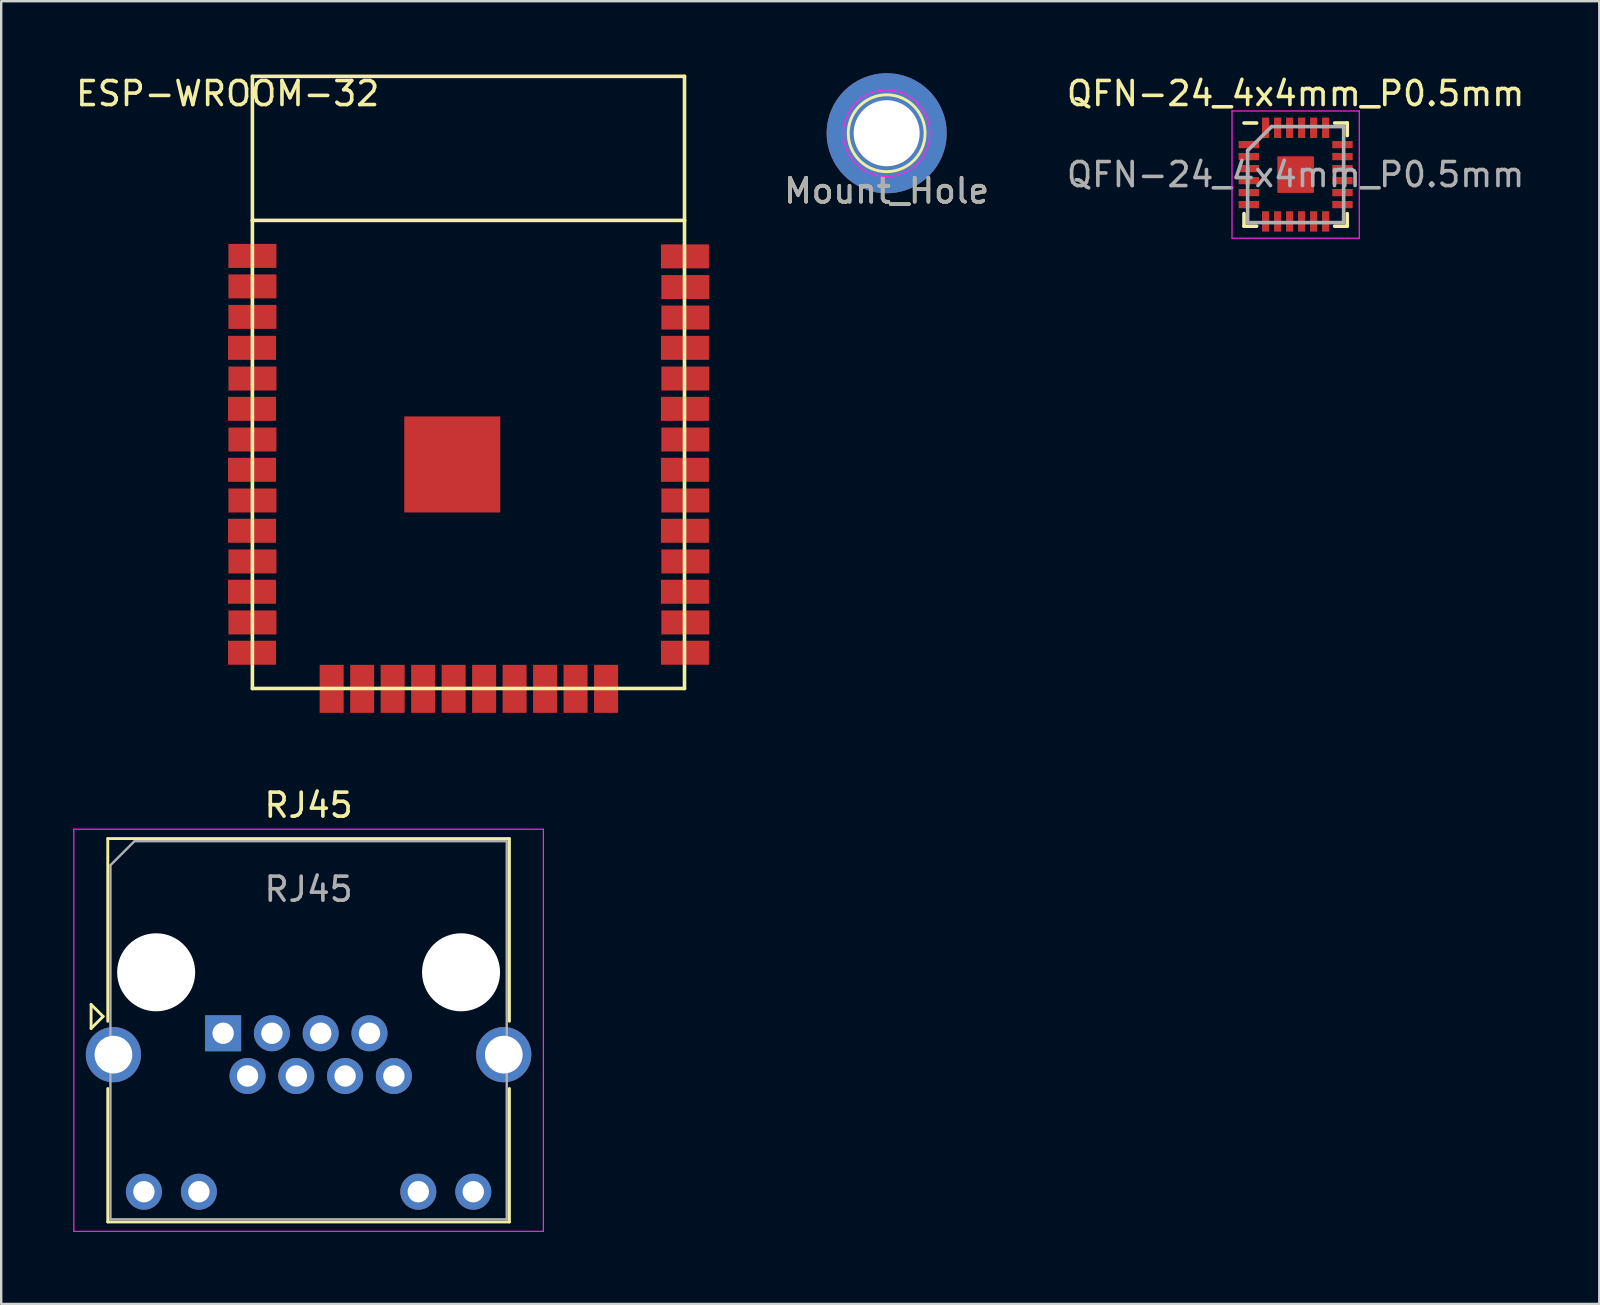
<source format=kicad_pcb>
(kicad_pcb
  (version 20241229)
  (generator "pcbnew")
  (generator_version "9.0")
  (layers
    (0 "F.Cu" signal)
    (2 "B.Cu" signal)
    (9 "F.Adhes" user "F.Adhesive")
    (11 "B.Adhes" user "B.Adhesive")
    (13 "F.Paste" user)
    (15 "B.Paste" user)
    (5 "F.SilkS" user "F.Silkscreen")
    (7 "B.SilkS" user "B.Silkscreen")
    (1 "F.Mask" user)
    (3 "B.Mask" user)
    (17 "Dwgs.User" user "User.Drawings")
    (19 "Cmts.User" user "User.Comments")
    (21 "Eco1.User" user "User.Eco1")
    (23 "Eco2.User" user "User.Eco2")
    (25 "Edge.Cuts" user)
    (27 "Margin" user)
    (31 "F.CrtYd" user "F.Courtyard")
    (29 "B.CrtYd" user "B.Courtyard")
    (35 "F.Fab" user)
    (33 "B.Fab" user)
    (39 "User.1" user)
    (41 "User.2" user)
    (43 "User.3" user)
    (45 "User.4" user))
  (footprint "Mount_Hole"
    (layer "F.Cu")
    (at 33.885 2.5)
    (property "Reference" "Mount_Hole" (at 0 2.4 0) (layer "F.SilkS") (effects (font (size 1 1) (thickness 0.15))))
    (attr through_hole)
    (fp_circle (center 0 0) (end 1.6 0.05) (stroke (width 0.12) (type solid)) (fill no) (layer "F.SilkS"))
    (fp_circle (center 0 0) (end 1.8 0) (stroke (width 0.05) (type solid)) (fill no) (layer "F.CrtYd"))
    (fp_circle (center 0 0) (end 0.65 -0.05) (stroke (width 0.12) (type solid)) (fill no) (layer "F.Fab"))
    (fp_circle (center 0 0) (end 1.25 -0.05) (stroke (width 0.12) (type solid)) (fill no) (layer "F.Fab"))
    (fp_text user "${REFERENCE}" (at 0 2.4 0) (layer "F.Fab") (effects (font (size 1 1) (thickness 0.15))))
    (pad "1" thru_hole circle (at 0 0) (size 5 5) (drill 2.75) (layers "*.Cu" "*.Mask")))
  (footprint "ESP-WROOM-32"
    (layer "F.Cu")
    (at 7.464 8.88)
    (property "Reference" "ESP-WROOM-32" (at -1.03 -8.031 0) (layer "F.SilkS") (effects (font (size 1 1) (thickness 0.15))))
    (attr through_hole)
    (fp_line (start 0 -8.75) (end 0 -2.75) (stroke (width 0.15) (type solid)) (layer "F.SilkS"))
    (fp_line (start 0 -2.75) (end 18 -2.75) (stroke (width 0.15) (type solid)) (layer "F.SilkS"))
    (fp_line (start 0 16.75) (end 0 -2.75) (stroke (width 0.15) (type solid)) (layer "F.SilkS"))
    (fp_line (start 18 -8.75) (end 0 -8.75) (stroke (width 0.15) (type solid)) (layer "F.SilkS"))
    (fp_line (start 18 -2.75) (end 18 -8.75) (stroke (width 0.15) (type solid)) (layer "F.SilkS"))
    (fp_line (start 18 -2.75) (end 18 16.75) (stroke (width 0.15) (type solid)) (layer "F.SilkS"))
    (fp_line (start 18 16.75) (end 0 16.75) (stroke (width 0.15) (type solid)) (layer "F.SilkS"))
    (pad "1" smd rect (at 0 -1.27) (size 2 1) (layers "F.Cu" "F.Mask" "F.Paste"))
    (pad "1" smd rect (at 3.302 16.764) (size 1 2) (layers "F.Cu" "F.Mask" "F.Paste"))
    (pad "1" smd rect (at 8.326 7.417) (size 4 4) (layers "F.Cu" "F.Mask" "F.Paste"))
    (pad "1" smd rect (at 18.018 -1.25) (size 2 1) (layers "F.Cu" "F.Mask" "F.Paste"))
    (pad "2" smd rect (at 0 0) (size 2 1) (layers "F.Cu" "F.Mask" "F.Paste"))
    (pad "3" smd rect (at 0 1.27) (size 2 1) (layers "F.Cu" "F.Mask" "F.Paste"))
    (pad "4" smd rect (at -0.016 2.56) (size 2 1) (layers "F.Cu" "F.Mask" "F.Paste"))
    (pad "5" smd rect (at 0 3.838) (size 2 1) (layers "F.Cu" "F.Mask" "F.Paste"))
    (pad "6" smd rect (at -0.016 5.1) (size 2 1) (layers "F.Cu" "F.Mask" "F.Paste"))
    (pad "7" smd rect (at 0 6.378) (size 2 1) (layers "F.Cu" "F.Mask" "F.Paste"))
    (pad "8" smd rect (at -0.016 7.64) (size 2 1) (layers "F.Cu" "F.Mask" "F.Paste"))
    (pad "9" smd rect (at 0 8.918) (size 2 1) (layers "F.Cu" "F.Mask" "F.Paste"))
    (pad "10" smd rect (at -0.016 10.18) (size 2 1) (layers "F.Cu" "F.Mask" "F.Paste"))
    (pad "11" smd rect (at 0 11.458) (size 2 1) (layers "F.Cu" "F.Mask" "F.Paste"))
    (pad "12" smd rect (at -0.016 12.72) (size 2 1) (layers "F.Cu" "F.Mask" "F.Paste"))
    (pad "13" smd rect (at 0 13.998) (size 2 1) (layers "F.Cu" "F.Mask" "F.Paste"))
    (pad "14" smd rect (at -0.016 15.26) (size 2 1) (layers "F.Cu" "F.Mask" "F.Paste"))
    (pad "16" smd rect (at 4.572 16.764) (size 1 2) (layers "F.Cu" "F.Mask" "F.Paste"))
    (pad "17" smd rect (at 5.842 16.764) (size 1 2) (layers "F.Cu" "F.Mask" "F.Paste"))
    (pad "18" smd rect (at 7.112 16.764) (size 1 2) (layers "F.Cu" "F.Mask" "F.Paste"))
    (pad "19" smd rect (at 8.382 16.764) (size 1 2) (layers "F.Cu" "F.Mask" "F.Paste"))
    (pad "20" smd rect (at 9.652 16.764) (size 1 2) (layers "F.Cu" "F.Mask" "F.Paste"))
    (pad "21" smd rect (at 10.922 16.764) (size 1 2) (layers "F.Cu" "F.Mask" "F.Paste"))
    (pad "22" smd rect (at 12.192 16.764) (size 1 2) (layers "F.Cu" "F.Mask" "F.Paste"))
    (pad "23" smd rect (at 13.462 16.764) (size 1 2) (layers "F.Cu" "F.Mask" "F.Paste"))
    (pad "24" smd rect (at 14.732 16.764) (size 1 2) (layers "F.Cu" "F.Mask" "F.Paste"))
    (pad "25" smd rect (at 18.018 15.26) (size 2 1) (layers "F.Cu" "F.Mask" "F.Paste"))
    (pad "26" smd rect (at 18.034 13.998) (size 2 1) (layers "F.Cu" "F.Mask" "F.Paste"))
    (pad "27" smd rect (at 18.018 12.72) (size 2 1) (layers "F.Cu" "F.Mask" "F.Paste"))
    (pad "28" smd rect (at 18.034 11.458) (size 2 1) (layers "F.Cu" "F.Mask" "F.Paste"))
    (pad "29" smd rect (at 18.018 10.18) (size 2 1) (layers "F.Cu" "F.Mask" "F.Paste"))
    (pad "30" smd rect (at 18.034 8.918) (size 2 1) (layers "F.Cu" "F.Mask" "F.Paste"))
    (pad "31" smd rect (at 18.018 7.64) (size 2 1) (layers "F.Cu" "F.Mask" "F.Paste"))
    (pad "32" smd rect (at 18.034 6.378) (size 2 1) (layers "F.Cu" "F.Mask" "F.Paste"))
    (pad "33" smd rect (at 18.018 5.1) (size 2 1) (layers "F.Cu" "F.Mask" "F.Paste"))
    (pad "34" smd rect (at 18.034 3.838) (size 2 1) (layers "F.Cu" "F.Mask" "F.Paste"))
    (pad "35" smd rect (at 18.018 2.56) (size 2 1) (layers "F.Cu" "F.Mask" "F.Paste"))
    (pad "36" smd rect (at 18.034 1.298) (size 2 1) (layers "F.Cu" "F.Mask" "F.Paste"))
    (pad "37" smd rect (at 18.034 0.028) (size 2 1) (layers "F.Cu" "F.Mask" "F.Paste")))
  (footprint "RJ45"
    (layer "F.Cu")
    (at 6.245 39.992)
    (property "Reference" "RJ45" (at 3.56 -9.5 0) (layer "F.SilkS") (effects (font (size 1 1) (thickness 0.15))))
    (attr through_hole)
    (fp_line (start -5.5 -1.2) (end -5 -0.7) (stroke (width 0.12) (type solid)) (layer "F.SilkS"))
    (fp_line (start -5.5 -0.2) (end -5.5 -1.2) (stroke (width 0.12) (type solid)) (layer "F.SilkS"))
    (fp_line (start -5 -0.7) (end -5.5 -0.2) (stroke (width 0.12) (type solid)) (layer "F.SilkS"))
    (fp_line (start -4.805 -8.11) (end -4.805 -0.5) (stroke (width 0.12) (type solid)) (layer "F.SilkS"))
    (fp_line (start -4.805 -8.11) (end 11.925 -8.11) (stroke (width 0.12) (type solid)) (layer "F.SilkS"))
    (fp_line (start -4.805 7.86) (end -4.805 2.3) (stroke (width 0.12) (type solid)) (layer "F.SilkS"))
    (fp_line (start -4.805 7.86) (end 11.925 7.86) (stroke (width 0.12) (type solid)) (layer "F.SilkS"))
    (fp_line (start 11.925 -8.11) (end 11.925 -0.5) (stroke (width 0.12) (type solid)) (layer "F.SilkS"))
    (fp_line (start 11.925 7.86) (end 11.925 2.3) (stroke (width 0.12) (type solid)) (layer "F.SilkS"))
    (fp_line (start -6.22 -8.5) (end -6.22 8.25) (stroke (width 0.05) (type solid)) (layer "F.CrtYd"))
    (fp_line (start -6.22 -8.5) (end 13.34 -8.5) (stroke (width 0.05) (type solid)) (layer "F.CrtYd"))
    (fp_line (start -6.22 8.25) (end 13.34 8.25) (stroke (width 0.05) (type solid)) (layer "F.CrtYd"))
    (fp_line (start 13.34 -8.5) (end 13.34 8.25) (stroke (width 0.05) (type solid)) (layer "F.CrtYd"))
    (fp_line (start -4.695 -7) (end -4.695 7.75) (stroke (width 0.1) (type solid)) (layer "F.Fab"))
    (fp_line (start -4.695 -7) (end -3.695 -8) (stroke (width 0.1) (type solid)) (layer "F.Fab"))
    (fp_line (start -4.695 7.75) (end 11.815 7.75) (stroke (width 0.1) (type solid)) (layer "F.Fab"))
    (fp_line (start -3.695 -8) (end 11.815 -8) (stroke (width 0.1) (type solid)) (layer "F.Fab"))
    (fp_line (start 11.815 -8) (end 11.815 7.75) (stroke (width 0.1) (type solid)) (layer "F.Fab"))
    (fp_text user "${REFERENCE}" (at 3.56 -6 0) (layer "F.Fab") (effects (font (size 1 1) (thickness 0.15))))
    (pad "" np_thru_hole circle (at -2.79 -2.54) (size 3.25 3.25) (drill 3.25) (layers "*.Cu" "*.Mask"))
    (pad "" np_thru_hole circle (at 9.91 -2.54) (size 3.25 3.25) (drill 3.25) (layers "*.Cu" "*.Mask"))
    (pad "1" thru_hole rect (at 0 0) (size 1.5 1.5) (drill 0.89) (layers "*.Cu" "*.Mask"))
    (pad "2" thru_hole circle (at 1.016 1.78) (size 1.5 1.5) (drill 0.89) (layers "*.Cu" "*.Mask"))
    (pad "3" thru_hole circle (at 2.032 0) (size 1.5 1.5) (drill 0.89) (layers "*.Cu" "*.Mask"))
    (pad "4" thru_hole circle (at 3.048 1.78) (size 1.5 1.5) (drill 0.89) (layers "*.Cu" "*.Mask"))
    (pad "5" thru_hole circle (at 4.064 0) (size 1.5 1.5) (drill 0.89) (layers "*.Cu" "*.Mask"))
    (pad "6" thru_hole circle (at 5.08 1.78) (size 1.5 1.5) (drill 0.89) (layers "*.Cu" "*.Mask"))
    (pad "7" thru_hole circle (at 6.096 0) (size 1.5 1.5) (drill 0.89) (layers "*.Cu" "*.Mask"))
    (pad "8" thru_hole circle (at 7.112 1.78) (size 1.5 1.5) (drill 0.89) (layers "*.Cu" "*.Mask"))
    (pad "9" thru_hole circle (at -3.3 6.6) (size 1.5 1.5) (drill 0.89) (layers "*.Cu" "*.Mask"))
    (pad "10" thru_hole circle (at -1.01 6.6) (size 1.5 1.5) (drill 0.89) (layers "*.Cu" "*.Mask"))
    (pad "11" thru_hole circle (at 8.13 6.6) (size 1.5 1.5) (drill 0.89) (layers "*.Cu" "*.Mask"))
    (pad "12" thru_hole circle (at 10.42 6.6) (size 1.5 1.5) (drill 0.89) (layers "*.Cu" "*.Mask"))
    (pad "SH" thru_hole circle (at -4.57 0.89) (size 2.3 2.3) (drill 1.57) (layers "*.Cu" "*.Mask"))
    (pad "SH" thru_hole circle (at 11.69 0.89) (size 2.3 2.3) (drill 1.57) (layers "*.Cu" "*.Mask")))
  (footprint "QFN-24_4x4mm_P0.5mm"
    (layer "F.Cu")
    (at 50.921 4.223)
    (property "Reference" "QFN-24_4x4mm_P0.5mm" (at 0 -3.375 0) (layer "F.SilkS") (effects (font (size 1 1) (thickness 0.15))))
    (attr smd)
    (fp_line (start -2.15 -2.15) (end -1.625 -2.15) (stroke (width 0.15) (type solid)) (layer "F.SilkS"))
    (fp_line (start -2.15 2.15) (end -2.15 1.625) (stroke (width 0.15) (type solid)) (layer "F.SilkS"))
    (fp_line (start -2.15 2.15) (end -1.625 2.15) (stroke (width 0.15) (type solid)) (layer "F.SilkS"))
    (fp_line (start 2.15 -2.15) (end 1.625 -2.15) (stroke (width 0.15) (type solid)) (layer "F.SilkS"))
    (fp_line (start 2.15 -2.15) (end 2.15 -1.625) (stroke (width 0.15) (type solid)) (layer "F.SilkS"))
    (fp_line (start 2.15 2.15) (end 1.625 2.15) (stroke (width 0.15) (type solid)) (layer "F.SilkS"))
    (fp_line (start 2.15 2.15) (end 2.15 1.625) (stroke (width 0.15) (type solid)) (layer "F.SilkS"))
    (fp_line (start -2.65 -2.65) (end -2.65 2.65) (stroke (width 0.05) (type solid)) (layer "F.CrtYd"))
    (fp_line (start -2.65 -2.65) (end 2.65 -2.65) (stroke (width 0.05) (type solid)) (layer "F.CrtYd"))
    (fp_line (start -2.65 2.65) (end 2.65 2.65) (stroke (width 0.05) (type solid)) (layer "F.CrtYd"))
    (fp_line (start 2.65 -2.65) (end 2.65 2.65) (stroke (width 0.05) (type solid)) (layer "F.CrtYd"))
    (fp_line (start -2 -1) (end -1 -2) (stroke (width 0.15) (type solid)) (layer "F.Fab"))
    (fp_line (start -2 2) (end -2 -1) (stroke (width 0.15) (type solid)) (layer "F.Fab"))
    (fp_line (start -1 -2) (end 2 -2) (stroke (width 0.15) (type solid)) (layer "F.Fab"))
    (fp_line (start 2 -2) (end 2 2) (stroke (width 0.15) (type solid)) (layer "F.Fab"))
    (fp_line (start 2 2) (end -2 2) (stroke (width 0.15) (type solid)) (layer "F.Fab"))
    (fp_text user "${REFERENCE}" (at 0 0 0) (layer "F.Fab") (effects (font (size 1 1) (thickness 0.15))))
    (pad "1" smd rect (at -1.95 -1.25) (size 0.85 0.3) (layers "F.Cu" "F.Mask" "F.Paste"))
    (pad "2" smd rect (at -1.95 -0.75) (size 0.85 0.3) (layers "F.Cu" "F.Mask" "F.Paste"))
    (pad "3" smd rect (at -1.95 -0.25) (size 0.85 0.3) (layers "F.Cu" "F.Mask" "F.Paste"))
    (pad "4" smd rect (at -1.95 0.25) (size 0.85 0.3) (layers "F.Cu" "F.Mask" "F.Paste"))
    (pad "5" smd rect (at -1.95 0.75) (size 0.85 0.3) (layers "F.Cu" "F.Mask" "F.Paste"))
    (pad "6" smd rect (at -1.95 1.25) (size 0.85 0.3) (layers "F.Cu" "F.Mask" "F.Paste"))
    (pad "7" smd rect (at -1.25 1.95 90) (size 0.85 0.3) (layers "F.Cu" "F.Mask" "F.Paste"))
    (pad "8" smd rect (at -0.75 1.95 90) (size 0.85 0.3) (layers "F.Cu" "F.Mask" "F.Paste"))
    (pad "9" smd rect (at -0.25 1.95 90) (size 0.85 0.3) (layers "F.Cu" "F.Mask" "F.Paste"))
    (pad "10" smd rect (at 0.25 1.95 90) (size 0.85 0.3) (layers "F.Cu" "F.Mask" "F.Paste"))
    (pad "11" smd rect (at 0.75 1.95 90) (size 0.85 0.3) (layers "F.Cu" "F.Mask" "F.Paste"))
    (pad "12" smd rect (at 1.25 1.95 90) (size 0.85 0.3) (layers "F.Cu" "F.Mask" "F.Paste"))
    (pad "13" smd rect (at 1.95 1.25) (size 0.85 0.3) (layers "F.Cu" "F.Mask" "F.Paste"))
    (pad "14" smd rect (at 1.95 0.75) (size 0.85 0.3) (layers "F.Cu" "F.Mask" "F.Paste"))
    (pad "15" smd rect (at 1.95 0.25) (size 0.85 0.3) (layers "F.Cu" "F.Mask" "F.Paste"))
    (pad "16" smd rect (at 1.95 -0.25) (size 0.85 0.3) (layers "F.Cu" "F.Mask" "F.Paste"))
    (pad "17" smd rect (at 1.95 -0.75) (size 0.85 0.3) (layers "F.Cu" "F.Mask" "F.Paste"))
    (pad "18" smd rect (at 1.95 -1.25) (size 0.85 0.3) (layers "F.Cu" "F.Mask" "F.Paste"))
    (pad "19" smd rect (at 1.25 -1.95 90) (size 0.85 0.3) (layers "F.Cu" "F.Mask" "F.Paste"))
    (pad "20" smd rect (at 0.75 -1.95 90) (size 0.85 0.3) (layers "F.Cu" "F.Mask" "F.Paste"))
    (pad "21" smd rect (at 0.25 -1.95 90) (size 0.85 0.3) (layers "F.Cu" "F.Mask" "F.Paste"))
    (pad "22" smd rect (at -0.25 -1.95 90) (size 0.85 0.3) (layers "F.Cu" "F.Mask" "F.Paste"))
    (pad "23" smd rect (at -0.75 -1.95 90) (size 0.85 0.3) (layers "F.Cu" "F.Mask" "F.Paste"))
    (pad "24" smd rect (at -1.25 -1.95 90) (size 0.85 0.3) (layers "F.Cu" "F.Mask" "F.Paste"))
    (pad "25" smd rect (at 0 0) (size 1.524 1.524) (layers "F.Cu" "F.Mask" "F.Paste")))
  (gr_rect
    (start -3 -3)
    (end 63.57 51.267)
    (stroke (width 0.1) (type default))
    (fill no)
    (layer "Edge.Cuts")))
</source>
